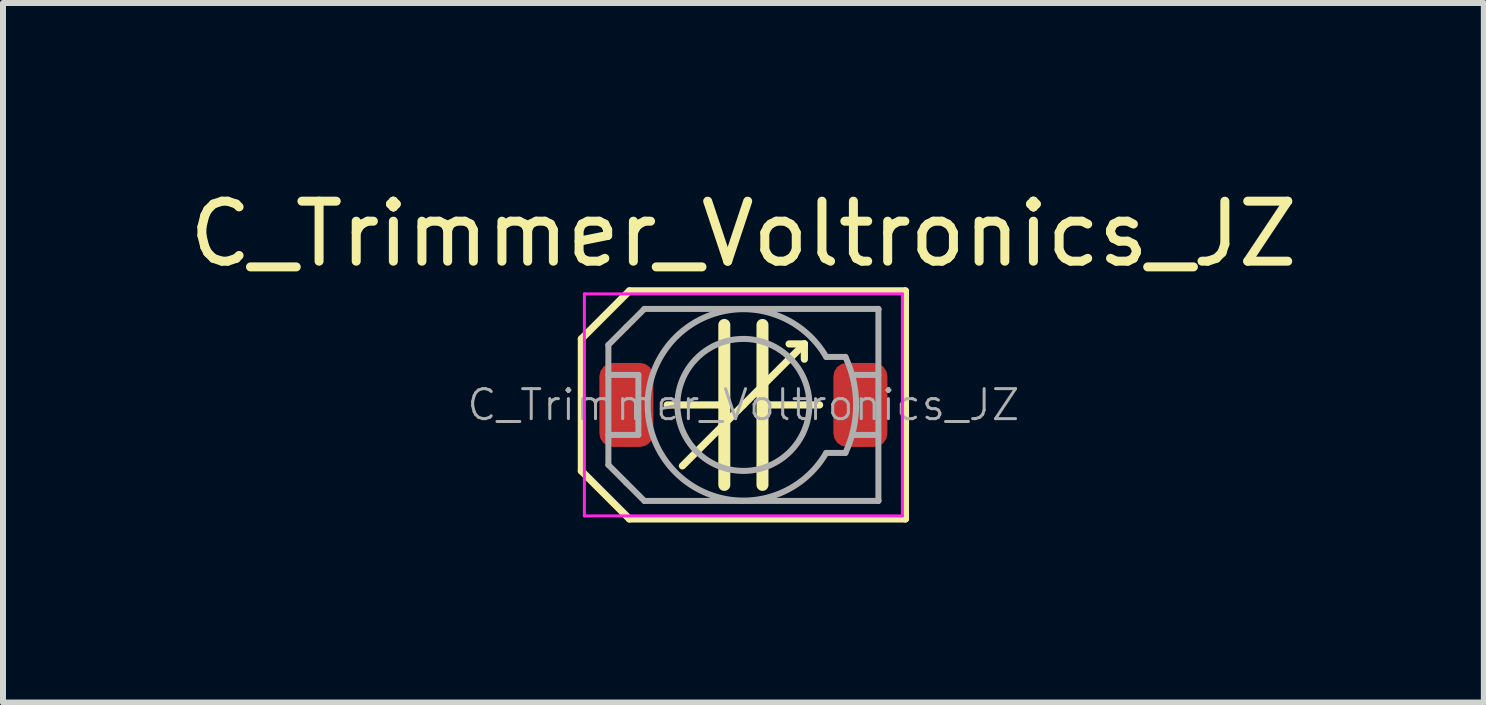
<source format=kicad_pcb>
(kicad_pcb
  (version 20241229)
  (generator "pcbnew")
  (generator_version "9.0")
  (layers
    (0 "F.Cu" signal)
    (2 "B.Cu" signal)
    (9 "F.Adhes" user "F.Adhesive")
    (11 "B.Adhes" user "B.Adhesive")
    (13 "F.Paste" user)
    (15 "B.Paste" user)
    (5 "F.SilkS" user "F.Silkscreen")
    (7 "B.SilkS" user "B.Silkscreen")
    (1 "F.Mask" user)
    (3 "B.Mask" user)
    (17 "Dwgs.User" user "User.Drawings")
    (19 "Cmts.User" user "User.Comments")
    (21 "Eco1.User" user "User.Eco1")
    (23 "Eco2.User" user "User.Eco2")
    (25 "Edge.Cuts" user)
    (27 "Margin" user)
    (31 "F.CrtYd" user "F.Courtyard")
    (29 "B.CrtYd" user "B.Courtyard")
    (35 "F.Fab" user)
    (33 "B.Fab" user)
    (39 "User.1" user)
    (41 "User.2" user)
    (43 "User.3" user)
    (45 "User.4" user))
  (footprint "C_Trimmer_Voltronics_JZ"
    (layer "F.Cu")
    (at 9.339 3.698)
    (property "Reference" "C_Trimmer_Voltronics_JZ" (at 0 -2.85 0) (layer "F.SilkS") (effects (font (size 1 1) (thickness 0.15))))
    (attr smd)
    (fp_line (start -2.7 -1.1) (end -1.9 -1.9) (stroke (width 0.12) (type solid)) (layer "F.SilkS"))
    (fp_line (start -2.7 1.1) (end -2.7 -1.1) (stroke (width 0.12) (type solid)) (layer "F.SilkS"))
    (fp_line (start -1.9 -1.9) (end 2.7 -1.9) (stroke (width 0.12) (type solid)) (layer "F.SilkS"))
    (fp_line (start -1.9 1.9) (end -2.7 1.1) (stroke (width 0.12) (type solid)) (layer "F.SilkS"))
    (fp_line (start -0.762 0.762) (end -1.016 1.016) (stroke (width 0.12) (type solid)) (layer "F.SilkS"))
    (fp_line (start -0.318 -1.333) (end -0.318 1.333) (stroke (width 0.2) (type solid)) (layer "F.SilkS"))
    (fp_line (start -0.318 0) (end -1.27 0) (stroke (width 0.12) (type solid)) (layer "F.SilkS"))
    (fp_line (start 0 0) (end -0.762 0.762) (stroke (width 0.12) (type solid)) (layer "F.SilkS"))
    (fp_line (start 0 0) (end 0.762 -0.762) (stroke (width 0.12) (type solid)) (layer "F.SilkS"))
    (fp_line (start 0.318 -1.333) (end 0.318 1.333) (stroke (width 0.2) (type solid)) (layer "F.SilkS"))
    (fp_line (start 0.762 -0.762) (end 1.016 -1.016) (stroke (width 0.12) (type solid)) (layer "F.SilkS"))
    (fp_line (start 1.016 -1.016) (end 0.762 -1.016) (stroke (width 0.12) (type solid)) (layer "F.SilkS"))
    (fp_line (start 1.016 -1.016) (end 1.016 -0.762) (stroke (width 0.12) (type solid)) (layer "F.SilkS"))
    (fp_line (start 1.27 0) (end 0.318 0) (stroke (width 0.12) (type solid)) (layer "F.SilkS"))
    (fp_line (start 2.7 -1.9) (end 2.7 1.9) (stroke (width 0.12) (type solid)) (layer "F.SilkS"))
    (fp_line (start 2.7 1.9) (end -1.9 1.9) (stroke (width 0.12) (type solid)) (layer "F.SilkS"))
    (fp_line (start -2.65 -1.85) (end -2.65 1.85) (stroke (width 0.05) (type solid)) (layer "F.CrtYd"))
    (fp_line (start -2.65 1.85) (end 2.65 1.85) (stroke (width 0.05) (type solid)) (layer "F.CrtYd"))
    (fp_line (start 2.65 -1.85) (end -2.65 -1.85) (stroke (width 0.05) (type solid)) (layer "F.CrtYd"))
    (fp_line (start 2.65 1.85) (end 2.65 -1.85) (stroke (width 0.05) (type solid)) (layer "F.CrtYd"))
    (fp_line (start -2.25 -1) (end -1.95 -1.3) (stroke (width 0.1) (type solid)) (layer "F.Fab"))
    (fp_line (start -2.25 -0.5) (end -1.75 -0.5) (stroke (width 0.1) (type solid)) (layer "F.Fab"))
    (fp_line (start -2.25 1) (end -2.25 -1) (stroke (width 0.1) (type solid)) (layer "F.Fab"))
    (fp_line (start -1.95 -1.3) (end -1.65 -1.6) (stroke (width 0.1) (type solid)) (layer "F.Fab"))
    (fp_line (start -1.95 1.3) (end -2.25 1) (stroke (width 0.1) (type solid)) (layer "F.Fab"))
    (fp_line (start -1.75 -0.5) (end -1.75 0.5) (stroke (width 0.1) (type solid)) (layer "F.Fab"))
    (fp_line (start -1.75 0.5) (end -2.25 0.5) (stroke (width 0.1) (type solid)) (layer "F.Fab"))
    (fp_line (start -1.65 -1.6) (end 2.24 -1.6) (stroke (width 0.1) (type solid)) (layer "F.Fab"))
    (fp_line (start -1.65 1.6) (end -1.95 1.3) (stroke (width 0.1) (type solid)) (layer "F.Fab"))
    (fp_line (start 1.38 -0.8) (end 1.7 -0.8) (stroke (width 0.1) (type solid)) (layer "F.Fab"))
    (fp_line (start 1.38 0.8) (end 1.7 0.8) (stroke (width 0.1) (type solid)) (layer "F.Fab"))
    (fp_line (start 1.85 0.5) (end 2.25 0.5) (stroke (width 0.1) (type solid)) (layer "F.Fab"))
    (fp_line (start 2.24 -1.6) (end 2.25 -1.6) (stroke (width 0.1) (type solid)) (layer "F.Fab"))
    (fp_line (start 2.24 1.6) (end -1.65 1.6) (stroke (width 0.1) (type solid)) (layer "F.Fab"))
    (fp_line (start 2.25 -1.6) (end 2.25 -1.59) (stroke (width 0.1) (type solid)) (layer "F.Fab"))
    (fp_line (start 2.25 -1.59) (end 2.25 1.59) (stroke (width 0.1) (type solid)) (layer "F.Fab"))
    (fp_line (start 2.25 -0.5) (end 1.85 -0.5) (stroke (width 0.1) (type solid)) (layer "F.Fab"))
    (fp_line (start 2.25 1.59) (end 2.25 1.6) (stroke (width 0.1) (type solid)) (layer "F.Fab"))
    (fp_line (start 2.25 1.6) (end 2.24 1.6) (stroke (width 0.1) (type solid)) (layer "F.Fab"))
    (fp_arc (start 1.38 0.8) (mid -1.595118 0) (end 1.38 -0.8) (stroke (width 0.1) (type solid)) (layer "F.Fab"))
    (fp_arc (start 1.7 -0.8) (mid 1.878829 0) (end 1.7 0.8) (stroke (width 0.1) (type solid)) (layer "F.Fab"))
    (fp_circle (center 0 0) (end 1.1 0) (stroke (width 0.1) (type solid)) (fill no) (layer "F.Fab"))
    (fp_text user "${REFERENCE}" (at 0 0 0) (layer "F.Fab") (effects (font (size 0.5 0.5) (thickness 0.05))))
    (pad "1" smd roundrect (at -1.95 0) (size 0.9 1.4) (layers "F.Cu" "F.Mask" "F.Paste") (roundrect_rratio 0.25))
    (pad "2" smd roundrect (at 1.95 0) (size 0.9 1.4) (layers "F.Cu" "F.Mask" "F.Paste") (roundrect_rratio 0.25)))
  (gr_rect
    (start -3 -3)
    (end 21.679 8.658)
    (stroke (width 0.1) (type default))
    (fill no)
    (layer "Edge.Cuts")))
</source>
